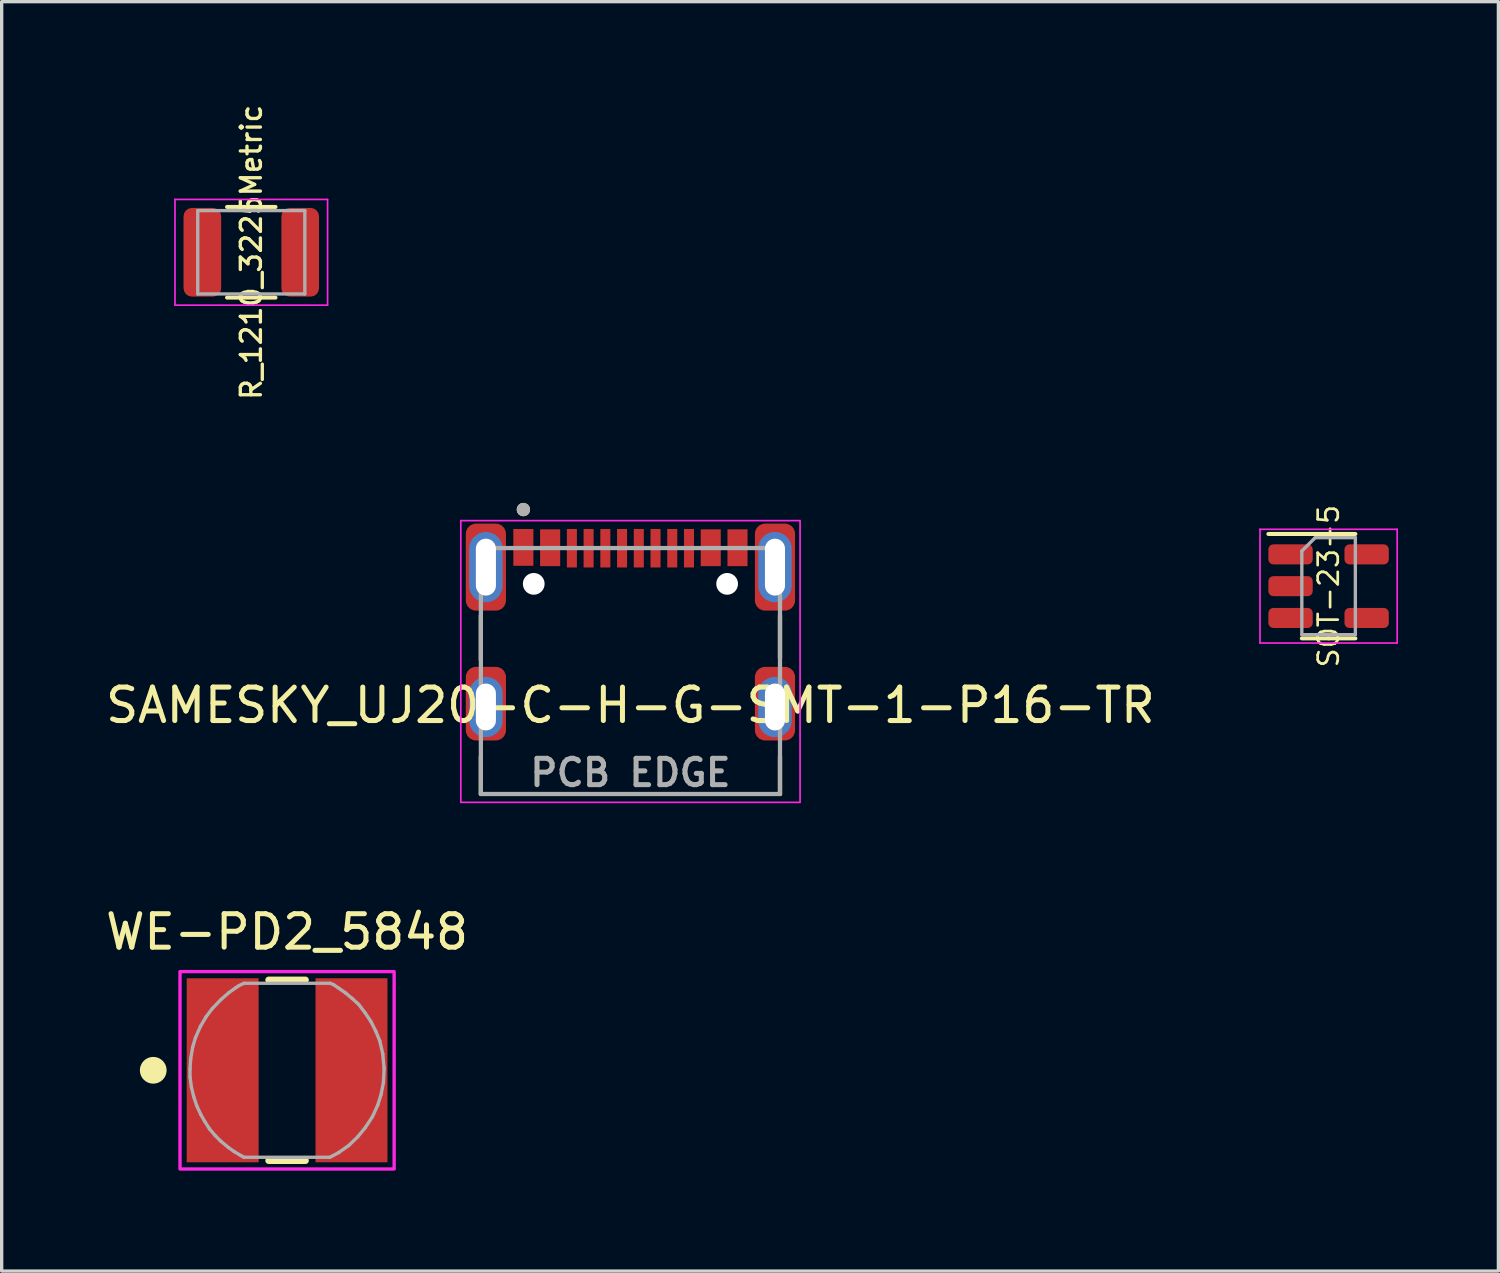
<source format=kicad_pcb>
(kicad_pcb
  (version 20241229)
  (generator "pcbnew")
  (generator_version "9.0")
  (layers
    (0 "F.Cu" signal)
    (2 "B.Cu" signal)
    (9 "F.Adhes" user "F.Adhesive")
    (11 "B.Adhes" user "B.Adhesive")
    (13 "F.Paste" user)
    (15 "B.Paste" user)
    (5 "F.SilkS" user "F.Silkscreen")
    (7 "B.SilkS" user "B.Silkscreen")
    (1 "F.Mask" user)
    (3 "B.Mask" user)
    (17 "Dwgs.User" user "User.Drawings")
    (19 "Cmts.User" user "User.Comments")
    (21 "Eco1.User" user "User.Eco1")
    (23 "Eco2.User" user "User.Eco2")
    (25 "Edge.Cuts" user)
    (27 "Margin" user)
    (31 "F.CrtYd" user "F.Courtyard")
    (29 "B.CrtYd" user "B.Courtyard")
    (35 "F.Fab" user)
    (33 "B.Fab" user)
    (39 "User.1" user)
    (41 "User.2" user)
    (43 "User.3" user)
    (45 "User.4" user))
  (footprint "R_1210_3225Metric"
    (layer "F.Cu")
    (at 4.46 4.49)
    (property "Reference" "R_1210_3225Metric" (at 0 0 90) (layer "F.SilkS") (effects (font (size 0.6 0.6) (thickness 0.1) (bold yes))))
    (attr smd)
    (fp_line (start -0.724 -1.355) (end 0.724 -1.355) (stroke (width 0.12) (type solid)) (layer "F.SilkS"))
    (fp_line (start -0.724 1.355) (end 0.724 1.355) (stroke (width 0.12) (type solid)) (layer "F.SilkS"))
    (fp_line (start -2.28 -1.58) (end 2.28 -1.58) (stroke (width 0.05) (type solid)) (layer "F.CrtYd"))
    (fp_line (start -2.28 1.58) (end -2.28 -1.58) (stroke (width 0.05) (type solid)) (layer "F.CrtYd"))
    (fp_line (start 2.28 -1.58) (end 2.28 1.58) (stroke (width 0.05) (type solid)) (layer "F.CrtYd"))
    (fp_line (start 2.28 1.58) (end -2.28 1.58) (stroke (width 0.05) (type solid)) (layer "F.CrtYd"))
    (fp_line (start -1.6 -1.245) (end 1.6 -1.245) (stroke (width 0.1) (type solid)) (layer "F.Fab"))
    (fp_line (start -1.6 1.245) (end -1.6 -1.245) (stroke (width 0.1) (type solid)) (layer "F.Fab"))
    (fp_line (start 1.6 -1.245) (end 1.6 1.245) (stroke (width 0.1) (type solid)) (layer "F.Fab"))
    (fp_line (start 1.6 1.245) (end -1.6 1.245) (stroke (width 0.1) (type solid)) (layer "F.Fab"))
    (fp_rect (start -2.1 -1.35) (end 2.1 1.35) (stroke (width 0.1) (type default)) (fill no) (layer "User.7"))
    (fp_text user "${REFERENCE}" (at 0 0 0) (layer "User.5") (effects (font (size 0.6 0.6) (thickness 0.08))))
    (pad "1" smd roundrect (at -1.462 0) (size 1.125 2.65) (layers "F.Cu" "F.Mask" "F.Paste") (roundrect_rratio 0.222))
    (pad "2" smd roundrect (at 1.462 0) (size 1.125 2.65) (layers "F.Cu" "F.Mask" "F.Paste") (roundrect_rratio 0.222)))
  (footprint "SAMESKY_UJ20-C-H-G-SMT-1-P16-TR"
    (layer "F.Cu")
    (at 15.792 20.68)
    (property "Reference" "SAMESKY_UJ20-C-H-G-SMT-1-P16-TR" (at 0 -2.65 0) (layer "F.SilkS") (effects (font (size 1 1) (thickness 0.15))))
    (attr smd)
    (fp_line (start -4.47 -5.334) (end -4.47 -4) (stroke (width 0.127) (type solid)) (layer "F.SilkS"))
    (fp_line (start -4.47 -1.118) (end -4.47 0) (stroke (width 0.127) (type solid)) (layer "F.SilkS"))
    (fp_line (start 4.47 -5.334) (end 4.47 -4.064) (stroke (width 0.127) (type solid)) (layer "F.SilkS"))
    (fp_line (start 4.47 -1.118) (end 4.47 0) (stroke (width 0.127) (type solid)) (layer "F.SilkS"))
    (fp_circle (center -3.2 -8.5) (end -3.1 -8.5) (stroke (width 0.2) (type solid)) (fill no) (layer "F.SilkS"))
    (fp_line (start -5.07 -8.17) (end -5.07 0.25) (stroke (width 0.05) (type solid)) (layer "F.CrtYd"))
    (fp_line (start -5.07 0.25) (end 5.07 0.25) (stroke (width 0.05) (type solid)) (layer "F.CrtYd"))
    (fp_line (start 5.07 -8.17) (end -5.07 -8.17) (stroke (width 0.05) (type solid)) (layer "F.CrtYd"))
    (fp_line (start 5.07 0.25) (end 5.07 -8.17) (stroke (width 0.05) (type solid)) (layer "F.CrtYd"))
    (fp_line (start -4.47 -7.35) (end -4.47 0) (stroke (width 0.127) (type solid)) (layer "F.Fab"))
    (fp_line (start -4.47 0) (end 4.47 0) (stroke (width 0.127) (type solid)) (layer "F.Fab"))
    (fp_line (start 4.47 -7.35) (end -4.47 -7.35) (stroke (width 0.127) (type solid)) (layer "F.Fab"))
    (fp_line (start 4.47 0) (end 4.47 -7.35) (stroke (width 0.127) (type solid)) (layer "F.Fab"))
    (fp_line (start 4.47 0) (end 4.47 0) (stroke (width 0.127) (type solid)) (layer "F.Fab"))
    (fp_circle (center -3.2 -8.5) (end -3.1 -8.5) (stroke (width 0.2) (type solid)) (fill no) (layer "F.Fab"))
    (fp_rect (start -4.9 -8.45) (end 4.85 0.05) (stroke (width 0.1) (type default)) (fill no) (layer "User.7"))
    (fp_circle (center -3.2 -8.15) (end -3.1 -8.05) (stroke (width 0.1) (type default)) (fill no) (layer "User.7"))
    (fp_text user "PCB EDGE" (at 0 -0.635 0) (layer "F.Fab") (effects (font (size 0.787 0.787) (thickness 0.15))))
    (fp_text user "${REFERENCE}" (at 0 -4.55 0) (layer "User.5") (effects (font (size 0.6 0.6) (thickness 0.08))))
    (pad "" np_thru_hole circle (at -2.89 -6.28) (size 0.65 0.65) (drill 0.65) (layers "*.Cu" "*.Mask"))
    (pad "" np_thru_hole circle (at 2.89 -6.28) (size 0.65 0.65) (drill 0.65) (layers "*.Cu" "*.Mask"))
    (pad "A1_B12" smd rect (at -3.2 -7.37) (size 0.6 1.1) (layers "F.Cu" "F.Mask" "F.Paste"))
    (pad "A4_B9" smd rect (at -2.4 -7.36) (size 0.6 1.1) (layers "F.Cu" "F.Mask" "F.Paste"))
    (pad "A5" smd rect (at -1.25 -7.345) (size 0.3 1.15) (layers "F.Cu" "F.Mask" "F.Paste"))
    (pad "A6" smd rect (at -0.25 -7.345) (size 0.3 1.15) (layers "F.Cu" "F.Mask" "F.Paste"))
    (pad "A7" smd rect (at 0.25 -7.345) (size 0.3 1.15) (layers "F.Cu" "F.Mask" "F.Paste"))
    (pad "A8" smd rect (at 1.25 -7.345) (size 0.3 1.15) (layers "F.Cu" "F.Mask" "F.Paste"))
    (pad "B1_A12" smd rect (at 3.2 -7.36) (size 0.6 1.1) (layers "F.Cu" "F.Mask" "F.Paste"))
    (pad "B4_A9" smd rect (at 2.4 -7.36) (size 0.6 1.1) (layers "F.Cu" "F.Mask" "F.Paste"))
    (pad "B5" smd rect (at 1.75 -7.345) (size 0.3 1.15) (layers "F.Cu" "F.Mask" "F.Paste"))
    (pad "B6" smd rect (at 0.75 -7.345) (size 0.3 1.15) (layers "F.Cu" "F.Mask" "F.Paste"))
    (pad "B7" smd rect (at -0.75 -7.345) (size 0.3 1.15) (layers "F.Cu" "F.Mask" "F.Paste"))
    (pad "B8" smd rect (at -1.75 -7.345) (size 0.3 1.15) (layers "F.Cu" "F.Mask" "F.Paste"))
    (pad "SH1" thru_hole oval (at -4.32 -6.78) (size 1 2.1) (drill oval 0.6 1.7) (layers "*.Cu" "*.Mask"))
    (pad "SH1" smd roundrect (at -4.32 -6.78 90) (size 2.6 1.2) (layers "F.Cu" "F.Mask" "F.Paste") (roundrect_rratio 0.25))
    (pad "SH2" thru_hole oval (at 4.32 -6.78) (size 1 2.1) (drill oval 0.6 1.7) (layers "*.Cu" "*.Mask"))
    (pad "SH2" smd roundrect (at 4.32 -6.78 90) (size 2.6 1.2) (layers "F.Cu" "F.Mask" "F.Paste") (roundrect_rratio 0.25))
    (pad "SH3" smd roundrect (at -4.32 -2.7 90) (size 2.2 1.2) (layers "F.Cu" "F.Mask" "F.Paste") (roundrect_rratio 0.25))
    (pad "SH3" thru_hole oval (at -4.32 -2.6) (size 1 1.8) (drill oval 0.6 1.4) (layers "*.Cu" "*.Mask"))
    (pad "SH4" smd roundrect (at 4.32 -2.7 90) (size 2.2 1.2) (layers "F.Cu" "F.Mask" "F.Paste") (roundrect_rratio 0.25))
    (pad "SH4" thru_hole oval (at 4.32 -2.6) (size 1 1.8) (drill oval 0.6 1.4) (layers "*.Cu" "*.Mask")))
  (footprint "SOT-23-5"
    (layer "F.Cu")
    (at 36.658 14.469)
    (property "Reference" "SOT-23-5" (at 0 0 90) (layer "F.SilkS") (effects (font (size 0.6 0.6) (thickness 0.08))))
    (attr smd)
    (fp_line (start 0 -1.56) (end -1.8 -1.56) (stroke (width 0.12) (type solid)) (layer "F.SilkS"))
    (fp_line (start 0 -1.56) (end 0.8 -1.56) (stroke (width 0.12) (type solid)) (layer "F.SilkS"))
    (fp_line (start 0 1.56) (end -0.8 1.56) (stroke (width 0.12) (type solid)) (layer "F.SilkS"))
    (fp_line (start 0 1.56) (end 0.8 1.56) (stroke (width 0.12) (type solid)) (layer "F.SilkS"))
    (fp_line (start -2.05 -1.7) (end -2.05 1.7) (stroke (width 0.05) (type solid)) (layer "F.CrtYd"))
    (fp_line (start -2.05 1.7) (end 2.05 1.7) (stroke (width 0.05) (type solid)) (layer "F.CrtYd"))
    (fp_line (start 2.05 -1.7) (end -2.05 -1.7) (stroke (width 0.05) (type solid)) (layer "F.CrtYd"))
    (fp_line (start 2.05 1.7) (end 2.05 -1.7) (stroke (width 0.05) (type solid)) (layer "F.CrtYd"))
    (fp_line (start -0.8 -1.05) (end -0.4 -1.45) (stroke (width 0.1) (type solid)) (layer "F.Fab"))
    (fp_line (start -0.8 1.45) (end -0.8 -1.05) (stroke (width 0.1) (type solid)) (layer "F.Fab"))
    (fp_line (start -0.4 -1.45) (end 0.8 -1.45) (stroke (width 0.1) (type solid)) (layer "F.Fab"))
    (fp_line (start 0.8 -1.45) (end 0.8 1.45) (stroke (width 0.1) (type solid)) (layer "F.Fab"))
    (fp_line (start 0.8 1.45) (end -0.8 1.45) (stroke (width 0.1) (type solid)) (layer "F.Fab"))
    (fp_line (start -1.8 -0.9) (end -1.095 -1.605) (stroke (width 0.1) (type default)) (layer "User.7"))
    (fp_line (start -1.8 1.6) (end -1.8 -0.9) (stroke (width 0.1) (type default)) (layer "User.7"))
    (fp_line (start -1.1 -1.6) (end 1.8 -1.6) (stroke (width 0.1) (type default)) (layer "User.7"))
    (fp_line (start 1.8 -1.6) (end 1.8 1.6) (stroke (width 0.1) (type default)) (layer "User.7"))
    (fp_line (start 1.8 1.6) (end -1.8 1.6) (stroke (width 0.1) (type default)) (layer "User.7"))
    (fp_text user "${REFERENCE}" (at 0 0 90) (layer "User.5") (effects (font (size 0.6 0.6) (thickness 0.08))))
    (pad "1" smd roundrect (at -1.137 -0.95) (size 1.325 0.6) (layers "F.Cu" "F.Mask" "F.Paste") (roundrect_rratio 0.25))
    (pad "2" smd roundrect (at -1.137 0) (size 1.325 0.6) (layers "F.Cu" "F.Mask" "F.Paste") (roundrect_rratio 0.25))
    (pad "3" smd roundrect (at -1.137 0.95) (size 1.325 0.6) (layers "F.Cu" "F.Mask" "F.Paste") (roundrect_rratio 0.25))
    (pad "4" smd roundrect (at 1.137 0.95) (size 1.325 0.6) (layers "F.Cu" "F.Mask" "F.Paste") (roundrect_rratio 0.25))
    (pad "5" smd roundrect (at 1.137 -0.95) (size 1.325 0.6) (layers "F.Cu" "F.Mask" "F.Paste") (roundrect_rratio 0.25)))
  (footprint "WE-PD2_5848"
    (layer "F.Cu")
    (at 5.53 28.938)
    (property "Reference" "WE-PD2_5848" (at 0 -4.135 0) (layer "F.SilkS") (effects (font (size 1 1) (thickness 0.15))))
    (attr smd)
    (fp_line (start -0.55 -2.7) (end 0.55 -2.7) (stroke (width 0.2) (type solid)) (layer "F.SilkS"))
    (fp_line (start -0.55 2.7) (end 0.55 2.7) (stroke (width 0.2) (type solid)) (layer "F.SilkS"))
    (fp_circle (center -4 0) (end -3.8 0) (stroke (width 0.4) (type solid)) (fill no) (layer "F.SilkS"))
    (fp_poly (pts (xy -3.2 -2.95) (xy 3.2 -2.95) (xy 3.2 2.95) (xy -3.2 2.95)) (stroke (width 0.1) (type solid)) (fill no) (layer "F.CrtYd"))
    (fp_line (start -2.9 -0.05) (end -2.88 -0.35) (stroke (width 0.1) (type solid)) (layer "F.Fab"))
    (fp_line (start -2.9 0.2) (end -2.9 -0.05) (stroke (width 0.1) (type solid)) (layer "F.Fab"))
    (fp_line (start -2.88 -0.35) (end -2.82 -0.7) (stroke (width 0.1) (type solid)) (layer "F.Fab"))
    (fp_line (start -2.86 0.5) (end -2.9 0.2) (stroke (width 0.1) (type solid)) (layer "F.Fab"))
    (fp_line (start -2.82 -0.7) (end -2.74 -0.97) (stroke (width 0.1) (type solid)) (layer "F.Fab"))
    (fp_line (start -2.79 0.79) (end -2.86 0.5) (stroke (width 0.1) (type solid)) (layer "F.Fab"))
    (fp_line (start -2.74 -0.97) (end -2.59 -1.31) (stroke (width 0.1) (type solid)) (layer "F.Fab"))
    (fp_line (start -2.7 1.06) (end -2.79 0.79) (stroke (width 0.1) (type solid)) (layer "F.Fab"))
    (fp_line (start -2.59 -1.31) (end -2.42 -1.6) (stroke (width 0.1) (type solid)) (layer "F.Fab"))
    (fp_line (start -2.58 1.32) (end -2.7 1.06) (stroke (width 0.1) (type solid)) (layer "F.Fab"))
    (fp_line (start -2.46 1.53) (end -2.58 1.32) (stroke (width 0.1) (type solid)) (layer "F.Fab"))
    (fp_line (start -2.42 -1.6) (end -2.24 -1.84) (stroke (width 0.1) (type solid)) (layer "F.Fab"))
    (fp_line (start -2.32 1.75) (end -2.46 1.53) (stroke (width 0.1) (type solid)) (layer "F.Fab"))
    (fp_line (start -2.24 -1.84) (end -1.98 -2.11) (stroke (width 0.1) (type solid)) (layer "F.Fab"))
    (fp_line (start -2.15 1.95) (end -2.32 1.75) (stroke (width 0.1) (type solid)) (layer "F.Fab"))
    (fp_line (start -1.98 -2.11) (end -1.74 -2.32) (stroke (width 0.1) (type solid)) (layer "F.Fab"))
    (fp_line (start -1.98 2.12) (end -2.15 1.95) (stroke (width 0.1) (type solid)) (layer "F.Fab"))
    (fp_line (start -1.75 2.31) (end -1.98 2.12) (stroke (width 0.1) (type solid)) (layer "F.Fab"))
    (fp_line (start -1.74 -2.32) (end -1.53 -2.47) (stroke (width 0.1) (type solid)) (layer "F.Fab"))
    (fp_line (start -1.58 2.43) (end -1.75 2.31) (stroke (width 0.1) (type solid)) (layer "F.Fab"))
    (fp_line (start -1.53 -2.47) (end -1.44 -2.53) (stroke (width 0.1) (type solid)) (layer "F.Fab"))
    (fp_line (start -1.44 -2.53) (end -1.29 -2.6) (stroke (width 0.1) (type solid)) (layer "F.Fab"))
    (fp_line (start -1.38 2.55) (end -1.58 2.43) (stroke (width 0.1) (type solid)) (layer "F.Fab"))
    (fp_line (start -1.29 -2.6) (end 1.29 -2.6) (stroke (width 0.1) (type solid)) (layer "F.Fab"))
    (fp_line (start -1.28 2.6) (end -1.38 2.55) (stroke (width 0.1) (type solid)) (layer "F.Fab"))
    (fp_line (start 1.28 2.6) (end -1.29 2.6) (stroke (width 0.1) (type solid)) (layer "F.Fab"))
    (fp_line (start 1.29 -2.6) (end 1.39 -2.56) (stroke (width 0.1) (type solid)) (layer "F.Fab"))
    (fp_line (start 1.39 -2.56) (end 1.55 -2.45) (stroke (width 0.1) (type solid)) (layer "F.Fab"))
    (fp_line (start 1.55 -2.45) (end 1.75 -2.31) (stroke (width 0.1) (type solid)) (layer "F.Fab"))
    (fp_line (start 1.56 2.45) (end 1.28 2.6) (stroke (width 0.1) (type solid)) (layer "F.Fab"))
    (fp_line (start 1.75 -2.31) (end 1.94 -2.15) (stroke (width 0.1) (type solid)) (layer "F.Fab"))
    (fp_line (start 1.84 2.25) (end 1.54 2.46) (stroke (width 0.1) (type solid)) (layer "F.Fab"))
    (fp_line (start 1.94 -2.15) (end 2.14 -1.97) (stroke (width 0.1) (type solid)) (layer "F.Fab"))
    (fp_line (start 2.11 1.99) (end 1.84 2.25) (stroke (width 0.1) (type solid)) (layer "F.Fab"))
    (fp_line (start 2.14 -1.97) (end 2.33 -1.72) (stroke (width 0.1) (type solid)) (layer "F.Fab"))
    (fp_line (start 2.33 -1.72) (end 2.51 -1.45) (stroke (width 0.1) (type solid)) (layer "F.Fab"))
    (fp_line (start 2.34 1.71) (end 2.11 1.99) (stroke (width 0.1) (type solid)) (layer "F.Fab"))
    (fp_line (start 2.51 -1.45) (end 2.65 -1.17) (stroke (width 0.1) (type solid)) (layer "F.Fab"))
    (fp_line (start 2.55 1.39) (end 2.34 1.71) (stroke (width 0.1) (type solid)) (layer "F.Fab"))
    (fp_line (start 2.65 -1.17) (end 2.77 -0.88) (stroke (width 0.1) (type solid)) (layer "F.Fab"))
    (fp_line (start 2.71 1.04) (end 2.55 1.39) (stroke (width 0.1) (type solid)) (layer "F.Fab"))
    (fp_line (start 2.77 -0.88) (end 2.86 -0.49) (stroke (width 0.1) (type solid)) (layer "F.Fab"))
    (fp_line (start 2.81 0.72) (end 2.71 1.04) (stroke (width 0.1) (type solid)) (layer "F.Fab"))
    (fp_line (start 2.86 -0.49) (end 2.9 -0.05) (stroke (width 0.1) (type solid)) (layer "F.Fab"))
    (fp_line (start 2.88 0.36) (end 2.81 0.72) (stroke (width 0.1) (type solid)) (layer "F.Fab"))
    (fp_line (start 2.9 -0.05) (end 2.88 0.36) (stroke (width 0.1) (type solid)) (layer "F.Fab"))
    (pad "1" smd rect (at -1.925 0) (size 2.15 5.5) (layers "F.Cu" "F.Mask" "F.Paste"))
    (pad "2" smd rect (at 1.925 0) (size 2.15 5.5) (layers "F.Cu" "F.Mask" "F.Paste"))
    (zone (net_name "") (layer "F.Cu") (hatch full 0.508) (connect_pads) (min_thickness 0.1) (filled_areas_thickness no) (keepout (tracks not_allowed) (vias not_allowed) (pads not_allowed) (copperpour not_allowed) (footprints allowed)) (placement (enabled no)) (fill) (polygon (pts (xy 4.73 26.188) (xy 6.33 26.188) (xy 6.33 31.688) (xy 4.73 31.688))))
    (zone (net_name "") (layers "F.Cu" "B.Cu") (hatch full 0.508) (connect_pads) (min_thickness 0.1) (filled_areas_thickness no) (keepout (tracks allowed) (vias not_allowed) (pads allowed) (copperpour allowed) (footprints allowed)) (placement (enabled no)) (fill) (polygon (pts (xy 4.73 26.188) (xy 6.33 26.188) (xy 6.33 31.688) (xy 4.73 31.688)))))
  (gr_rect
    (start -3 -3)
    (end 41.733 34.938)
    (stroke (width 0.1) (type default))
    (fill no)
    (layer "Edge.Cuts")))
</source>
